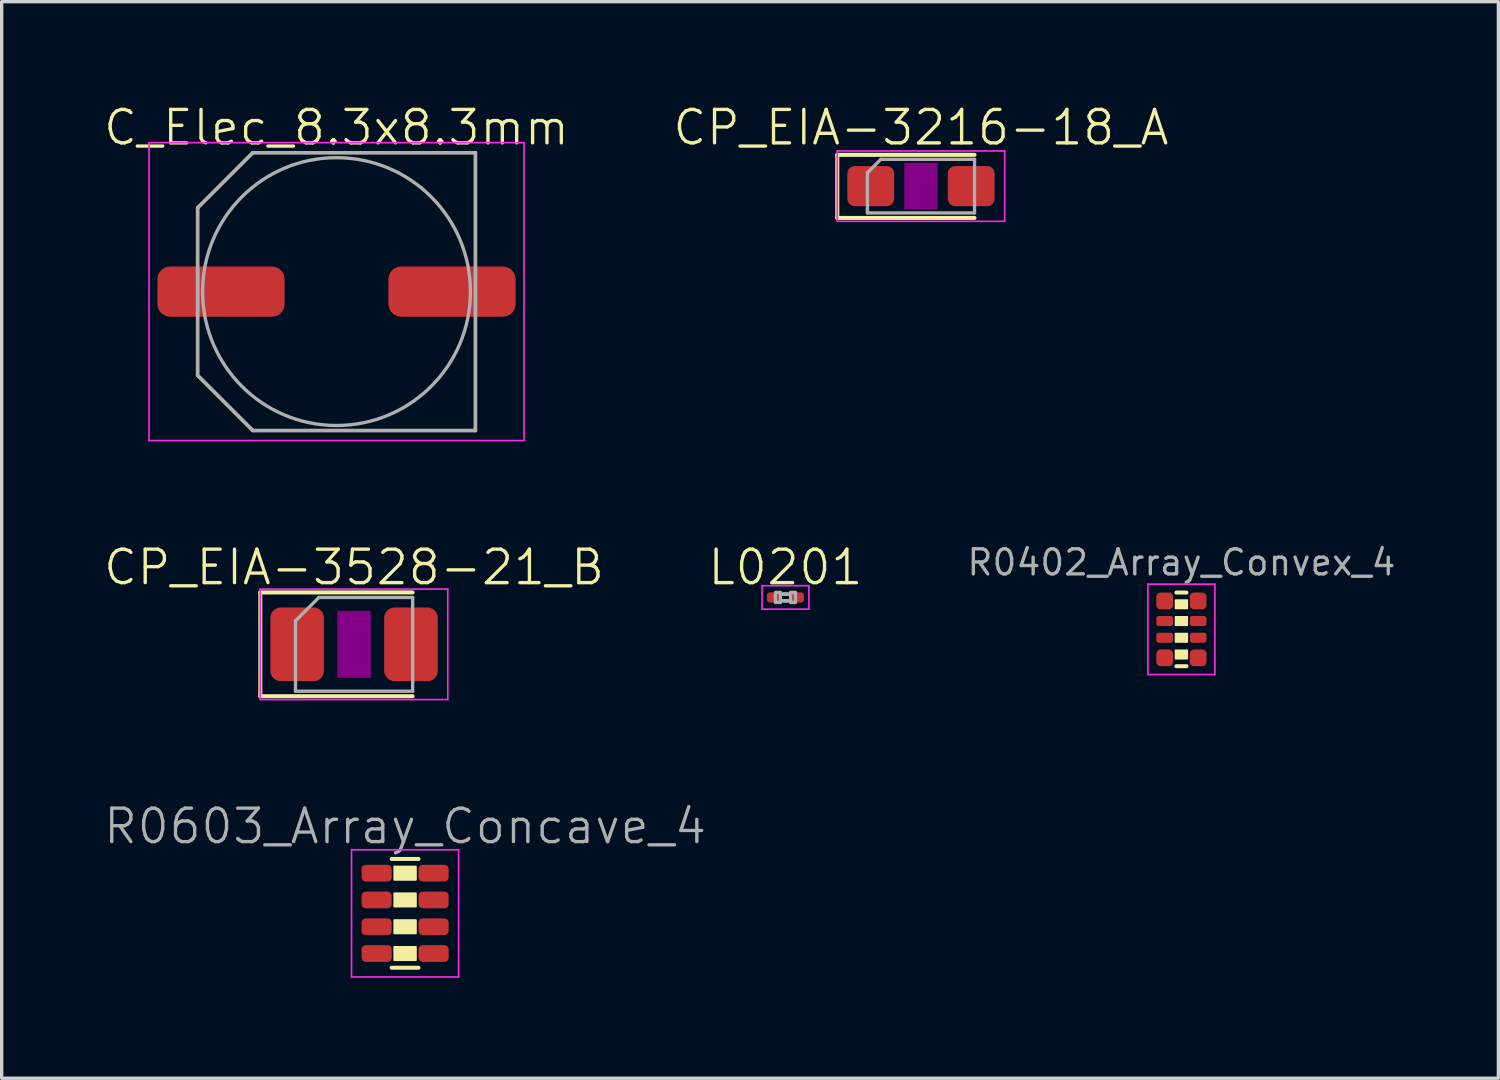
<source format=kicad_pcb>
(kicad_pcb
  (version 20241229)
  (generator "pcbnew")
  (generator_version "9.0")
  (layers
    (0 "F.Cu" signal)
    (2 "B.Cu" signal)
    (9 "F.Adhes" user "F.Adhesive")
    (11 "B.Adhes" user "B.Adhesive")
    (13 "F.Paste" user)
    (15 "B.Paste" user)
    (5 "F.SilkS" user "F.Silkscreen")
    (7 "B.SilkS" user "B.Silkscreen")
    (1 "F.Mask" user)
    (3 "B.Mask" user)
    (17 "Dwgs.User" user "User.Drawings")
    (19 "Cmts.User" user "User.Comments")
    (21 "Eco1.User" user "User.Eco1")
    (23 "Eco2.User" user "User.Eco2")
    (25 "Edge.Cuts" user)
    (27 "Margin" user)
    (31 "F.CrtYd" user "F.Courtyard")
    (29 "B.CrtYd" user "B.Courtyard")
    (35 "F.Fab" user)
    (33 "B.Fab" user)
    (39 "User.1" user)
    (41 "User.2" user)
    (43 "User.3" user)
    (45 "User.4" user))
  (footprint "CP_EIA-3528-21_B"
    (layer "F.Cu")
    (at 7.526 16.196)
    (property "Reference" "CP_EIA-3528-21_B" (at 0 -2.3 0) (layer "F.SilkS") (effects (font (size 1 1) (thickness 0.1))))
    (attr smd)
    (fp_line (start -2.8 -1.55) (end -2.8 1.55) (stroke (width 0.12) (type solid)) (layer "F.SilkS"))
    (fp_line (start -2.8 1.55) (end 1.75 1.55) (stroke (width 0.12) (type solid)) (layer "F.SilkS"))
    (fp_line (start 1.75 -1.55) (end -2.8 -1.55) (stroke (width 0.12) (type solid)) (layer "F.SilkS"))
    (fp_rect (start -0.5 -1) (end 0.5 1) (stroke (width 0) (type solid)) (fill yes) (layer "F.Adhes"))
    (fp_line (start -2.8 -1.65) (end 2.8 -1.65) (stroke (width 0.05) (type solid)) (layer "F.CrtYd"))
    (fp_line (start -2.8 1.65) (end -2.8 -1.65) (stroke (width 0.05) (type solid)) (layer "F.CrtYd"))
    (fp_line (start 2.8 -1.65) (end 2.8 1.65) (stroke (width 0.05) (type solid)) (layer "F.CrtYd"))
    (fp_line (start 2.8 1.65) (end -2.8 1.65) (stroke (width 0.05) (type solid)) (layer "F.CrtYd"))
    (fp_line (start -1.75 -0.7) (end -1.75 1.4) (stroke (width 0.1) (type solid)) (layer "F.Fab"))
    (fp_line (start -1.75 1.4) (end 1.75 1.4) (stroke (width 0.1) (type solid)) (layer "F.Fab"))
    (fp_line (start -1.05 -1.4) (end -1.75 -0.7) (stroke (width 0.1) (type solid)) (layer "F.Fab"))
    (fp_line (start 1.75 -1.4) (end -1.05 -1.4) (stroke (width 0.1) (type solid)) (layer "F.Fab"))
    (fp_line (start 1.75 1.4) (end 1.75 -1.4) (stroke (width 0.1) (type solid)) (layer "F.Fab"))
    (pad "1" smd roundrect (at -1.7 0) (size 1.6 2.2) (layers "F.Cu" "F.Mask" "F.Paste") (roundrect_rratio 0.189))
    (pad "2" smd roundrect (at 1.7 0) (size 1.6 2.2) (layers "F.Cu" "F.Mask" "F.Paste") (roundrect_rratio 0.189)))
  (footprint "R0402_Array_Convex_4"
    (layer "F.Cu")
    (at 32.239 15.75)
    (property "Reference" "R0402_Array_Convex_4" (at 0 -2 0) (layer "F.Fab") (effects (font (size 0.75 0.75) (thickness 0.1))))
    (attr smd)
    (fp_line (start 0.15 -1.1) (end -0.15 -1.1) (stroke (width 0.12) (type solid)) (layer "F.SilkS"))
    (fp_line (start 0.15 1.1) (end -0.15 1.1) (stroke (width 0.12) (type solid)) (layer "F.SilkS"))
    (fp_poly (pts (xy -0.175 -0.875) (xy 0.175 -0.875) (xy 0.175 -0.625) (xy -0.175 -0.625)) (stroke (width 0.05) (type solid)) (fill yes) (layer "F.SilkS"))
    (fp_poly (pts (xy -0.175 -0.375) (xy 0.175 -0.375) (xy 0.175 -0.125) (xy -0.175 -0.125)) (stroke (width 0.05) (type solid)) (fill yes) (layer "F.SilkS"))
    (fp_poly (pts (xy -0.175 0.125) (xy 0.175 0.125) (xy 0.175 0.375) (xy -0.175 0.375)) (stroke (width 0.05) (type solid)) (fill yes) (layer "F.SilkS"))
    (fp_poly (pts (xy -0.175 0.625) (xy 0.175 0.625) (xy 0.175 0.875) (xy -0.175 0.875)) (stroke (width 0.05) (type solid)) (fill yes) (layer "F.SilkS"))
    (fp_line (start -1 -1.35) (end -1 1.35) (stroke (width 0.05) (type solid)) (layer "F.CrtYd"))
    (fp_line (start -1 -1.35) (end 1 -1.35) (stroke (width 0.05) (type solid)) (layer "F.CrtYd"))
    (fp_line (start -1 1.35) (end 1 1.35) (stroke (width 0.05) (type solid)) (layer "F.CrtYd"))
    (fp_line (start 1 -1.35) (end 1 1.35) (stroke (width 0.05) (type solid)) (layer "F.CrtYd"))
    (pad "1" smd roundrect (at -0.5 -0.85) (size 0.5 0.5) (layers "F.Cu" "F.Mask" "F.Paste") (roundrect_rratio 0.25))
    (pad "2" smd roundrect (at 0.5 -0.85) (size 0.5 0.5) (layers "F.Cu" "F.Mask" "F.Paste") (roundrect_rratio 0.25))
    (pad "3" smd roundrect (at -0.5 -0.25) (size 0.5 0.3) (layers "F.Cu" "F.Mask" "F.Paste") (roundrect_rratio 0.25))
    (pad "4" smd roundrect (at 0.5 -0.25) (size 0.5 0.3) (layers "F.Cu" "F.Mask" "F.Paste") (roundrect_rratio 0.25))
    (pad "5" smd roundrect (at -0.5 0.25) (size 0.5 0.3) (layers "F.Cu" "F.Mask" "F.Paste") (roundrect_rratio 0.25))
    (pad "6" smd roundrect (at 0.5 0.25) (size 0.5 0.3) (layers "F.Cu" "F.Mask" "F.Paste") (roundrect_rratio 0.25))
    (pad "7" smd roundrect (at -0.5 0.85) (size 0.5 0.5) (layers "F.Cu" "F.Mask" "F.Paste") (roundrect_rratio 0.25))
    (pad "8" smd roundrect (at 0.5 0.85) (size 0.5 0.5) (layers "F.Cu" "F.Mask" "F.Paste") (roundrect_rratio 0.25)))
  (footprint "R0603_Array_Concave_4"
    (layer "F.Cu")
    (at 9.05 24.232)
    (property "Reference" "R0603_Array_Concave_4" (at 0 -2.6 0) (layer "F.Fab") (effects (font (size 1 1) (thickness 0.1))))
    (attr smd)
    (fp_line (start 0.4 -1.625) (end -0.4 -1.625) (stroke (width 0.12) (type solid)) (layer "F.SilkS"))
    (fp_line (start 0.4 1.625) (end -0.4 1.625) (stroke (width 0.12) (type solid)) (layer "F.SilkS"))
    (fp_poly (pts (xy 0.325 -1.4) (xy 0.325 -1) (xy -0.325 -1) (xy -0.325 -1.4)) (stroke (width 0.05) (type solid)) (fill yes) (layer "F.SilkS"))
    (fp_poly (pts (xy 0.325 -0.6) (xy 0.325 -0.2) (xy -0.325 -0.2) (xy -0.325 -0.6)) (stroke (width 0.05) (type solid)) (fill yes) (layer "F.SilkS"))
    (fp_poly (pts (xy 0.325 0.2) (xy 0.325 0.6) (xy -0.325 0.6) (xy -0.325 0.2)) (stroke (width 0.05) (type solid)) (fill yes) (layer "F.SilkS"))
    (fp_poly (pts (xy 0.325 1) (xy 0.325 1.4) (xy -0.325 1.4) (xy -0.325 1)) (stroke (width 0.05) (type solid)) (fill yes) (layer "F.SilkS"))
    (fp_line (start -1.6 -1.9) (end -1.6 1.9) (stroke (width 0.05) (type solid)) (layer "F.CrtYd"))
    (fp_line (start -1.6 -1.9) (end 1.6 -1.9) (stroke (width 0.05) (type solid)) (layer "F.CrtYd"))
    (fp_line (start -1.6 1.9) (end 1.6 1.9) (stroke (width 0.05) (type solid)) (layer "F.CrtYd"))
    (fp_line (start 1.6 -1.9) (end 1.6 1.9) (stroke (width 0.05) (type solid)) (layer "F.CrtYd"))
    (pad "1" smd roundrect (at -0.85 -1.2) (size 0.9 0.5) (layers "F.Cu" "F.Mask" "F.Paste") (roundrect_rratio 0.25))
    (pad "2" smd roundrect (at 0.85 -1.2) (size 0.9 0.5) (layers "F.Cu" "F.Mask" "F.Paste") (roundrect_rratio 0.25))
    (pad "3" smd roundrect (at -0.85 -0.4) (size 0.9 0.5) (layers "F.Cu" "F.Mask" "F.Paste") (roundrect_rratio 0.25))
    (pad "4" smd roundrect (at 0.85 -0.4) (size 0.9 0.5) (layers "F.Cu" "F.Mask" "F.Paste") (roundrect_rratio 0.25))
    (pad "5" smd roundrect (at -0.85 0.4) (size 0.9 0.5) (layers "F.Cu" "F.Mask" "F.Paste") (roundrect_rratio 0.25))
    (pad "6" smd roundrect (at 0.85 0.4) (size 0.9 0.5) (layers "F.Cu" "F.Mask" "F.Paste") (roundrect_rratio 0.25))
    (pad "7" smd roundrect (at -0.85 1.2) (size 0.9 0.5) (layers "F.Cu" "F.Mask" "F.Paste") (roundrect_rratio 0.25))
    (pad "8" smd roundrect (at 0.85 1.2) (size 0.9 0.5) (layers "F.Cu" "F.Mask" "F.Paste") (roundrect_rratio 0.25)))
  (footprint "C_Elec_8.3x8.3mm"
    (layer "F.Cu")
    (at 7.002 5.66)
    (property "Reference" "C_Elec_8.3x8.3mm" (at 0 -4.9 0) (unlocked yes) (layer "F.SilkS") (effects (font (size 1 1) (thickness 0.1))))
    (attr smd)
    (fp_line (start -4.15 2.5) (end -4.15 -2.5) (stroke (width 0.1) (type solid)) (layer "F.SilkS"))
    (fp_line (start -2.5 -4.15) (end -4.15 -2.5) (stroke (width 0.1) (type solid)) (layer "F.SilkS"))
    (fp_line (start -2.5 -4.15) (end 4.15 -4.15) (stroke (width 0.1) (type solid)) (layer "F.SilkS"))
    (fp_line (start -2.5 4.15) (end -4.15 2.5) (stroke (width 0.1) (type solid)) (layer "F.SilkS"))
    (fp_line (start 4.15 -4.15) (end 4.15 4.15) (stroke (width 0.1) (type solid)) (layer "F.SilkS"))
    (fp_line (start 4.15 4.15) (end -2.5 4.15) (stroke (width 0.1) (type solid)) (layer "F.SilkS"))
    (fp_line (start -5.6 -4.45) (end -5.6 4.45) (stroke (width 0.05) (type solid)) (layer "F.CrtYd"))
    (fp_line (start -5.6 -4.45) (end 5.6 -4.45) (stroke (width 0.05) (type solid)) (layer "F.CrtYd"))
    (fp_line (start -5.6 4.45) (end 5.6 4.45) (stroke (width 0.05) (type solid)) (layer "F.CrtYd"))
    (fp_line (start 5.6 -4.45) (end 5.6 4.45) (stroke (width 0.05) (type solid)) (layer "F.CrtYd"))
    (fp_line (start -4.15 -2.5) (end -2.5 -4.15) (stroke (width 0.1) (type solid)) (layer "F.Fab"))
    (fp_line (start -4.15 2.5) (end -4.15 -2.5) (stroke (width 0.1) (type solid)) (layer "F.Fab"))
    (fp_line (start -2.5 -4.15) (end 4.15 -4.15) (stroke (width 0.1) (type solid)) (layer "F.Fab"))
    (fp_line (start -2.5 4.15) (end -4.15 2.5) (stroke (width 0.1) (type solid)) (layer "F.Fab"))
    (fp_line (start 4.15 -4.15) (end 4.15 4.15) (stroke (width 0.1) (type solid)) (layer "F.Fab"))
    (fp_line (start 4.15 4.15) (end -2.5 4.15) (stroke (width 0.1) (type solid)) (layer "F.Fab"))
    (fp_circle (center 0 0) (end 4 0) (stroke (width 0.1) (type solid)) (fill no) (layer "F.Fab"))
    (pad "1" smd roundrect (at -3.45 0) (size 3.8 1.5) (layers "F.Cu" "F.Mask" "F.Paste") (roundrect_rratio 0.25))
    (pad "2" smd roundrect (at 3.45 0) (size 3.8 1.5) (layers "F.Cu" "F.Mask" "F.Paste") (roundrect_rratio 0.25)))
  (footprint "L0201"
    (layer "F.Cu")
    (at 20.412 14.796)
    (property "Reference" "L0201" (at 0 -0.9 0) (layer "F.SilkS") (effects (font (size 1 1) (thickness 0.1))))
    (attr smd)
    (fp_line (start -0.05 -0.1) (end 0.05 -0.1) (stroke (width 0.1) (type default)) (layer "F.SilkS"))
    (fp_line (start -0.05 0.1) (end 0.05 0.1) (stroke (width 0.1) (type default)) (layer "F.SilkS"))
    (fp_line (start -0.7 -0.35) (end 0.7 -0.35) (stroke (width 0.05) (type solid)) (layer "F.CrtYd"))
    (fp_line (start -0.7 0.35) (end -0.7 -0.35) (stroke (width 0.05) (type solid)) (layer "F.CrtYd"))
    (fp_line (start 0.7 -0.35) (end 0.7 0.35) (stroke (width 0.05) (type solid)) (layer "F.CrtYd"))
    (fp_line (start 0.7 0.35) (end -0.7 0.35) (stroke (width 0.05) (type solid)) (layer "F.CrtYd"))
    (fp_line (start -0.15 -0.1) (end 0.15 -0.1) (stroke (width 0.1) (type default)) (layer "F.Fab"))
    (fp_line (start -0.15 0.1) (end 0.15 0.1) (stroke (width 0.1) (type default)) (layer "F.Fab"))
    (fp_rect (start -0.3 -0.15) (end -0.15 0.15) (stroke (width 0.1) (type solid)) (fill no) (layer "F.Fab"))
    (fp_rect (start 0.15 -0.15) (end 0.3 0.15) (stroke (width 0.1) (type solid)) (fill no) (layer "F.Fab"))
    (pad "1" smd roundrect (at -0.35 0) (size 0.4 0.3) (layers "F.Cu" "F.Mask" "F.Paste") (roundrect_rratio 0.25))
    (pad "2" smd roundrect (at 0.35 0) (size 0.4 0.3) (layers "F.Cu" "F.Mask" "F.Paste") (roundrect_rratio 0.25)))
  (footprint "CP_EIA-3216-18_A"
    (layer "F.Cu")
    (at 24.46 2.51)
    (property "Reference" "CP_EIA-3216-18_A" (at 0 -1.75 0) (layer "F.SilkS") (effects (font (size 1 1) (thickness 0.1))))
    (attr smd)
    (fp_line (start -2.5 -0.935) (end -2.5 0.95) (stroke (width 0.12) (type solid)) (layer "F.SilkS"))
    (fp_line (start -2.5 0.95) (end 1.6 0.95) (stroke (width 0.12) (type solid)) (layer "F.SilkS"))
    (fp_line (start 1.6 -0.935) (end -2.5 -0.935) (stroke (width 0.12) (type solid)) (layer "F.SilkS"))
    (fp_rect (start -0.5 -0.7) (end 0.5 0.7) (stroke (width 0) (type solid)) (fill yes) (layer "F.Adhes"))
    (fp_line (start -2.5 -1.05) (end 2.5 -1.05) (stroke (width 0.05) (type solid)) (layer "F.CrtYd"))
    (fp_line (start -2.5 1.05) (end -2.5 -1.05) (stroke (width 0.05) (type solid)) (layer "F.CrtYd"))
    (fp_line (start 2.5 -1.05) (end 2.5 1.05) (stroke (width 0.05) (type solid)) (layer "F.CrtYd"))
    (fp_line (start 2.5 1.05) (end -2.5 1.05) (stroke (width 0.05) (type solid)) (layer "F.CrtYd"))
    (fp_line (start -1.6 -0.4) (end -1.6 0.8) (stroke (width 0.1) (type solid)) (layer "F.Fab"))
    (fp_line (start -1.6 0.8) (end 1.6 0.8) (stroke (width 0.1) (type solid)) (layer "F.Fab"))
    (fp_line (start -1.2 -0.8) (end -1.6 -0.4) (stroke (width 0.1) (type solid)) (layer "F.Fab"))
    (fp_line (start 1.6 -0.8) (end -1.2 -0.8) (stroke (width 0.1) (type solid)) (layer "F.Fab"))
    (fp_line (start 1.6 0.8) (end 1.6 -0.8) (stroke (width 0.1) (type solid)) (layer "F.Fab"))
    (pad "1" smd roundrect (at -1.5 0) (size 1.4 1.2) (layers "F.Cu" "F.Mask" "F.Paste") (roundrect_rratio 0.185))
    (pad "2" smd roundrect (at 1.5 0) (size 1.4 1.2) (layers "F.Cu" "F.Mask" "F.Paste") (roundrect_rratio 0.185)))
  (gr_rect
    (start -3 -3)
    (end 41.707 29.157)
    (stroke (width 0.1) (type default))
    (fill no)
    (layer "Edge.Cuts")))
</source>
